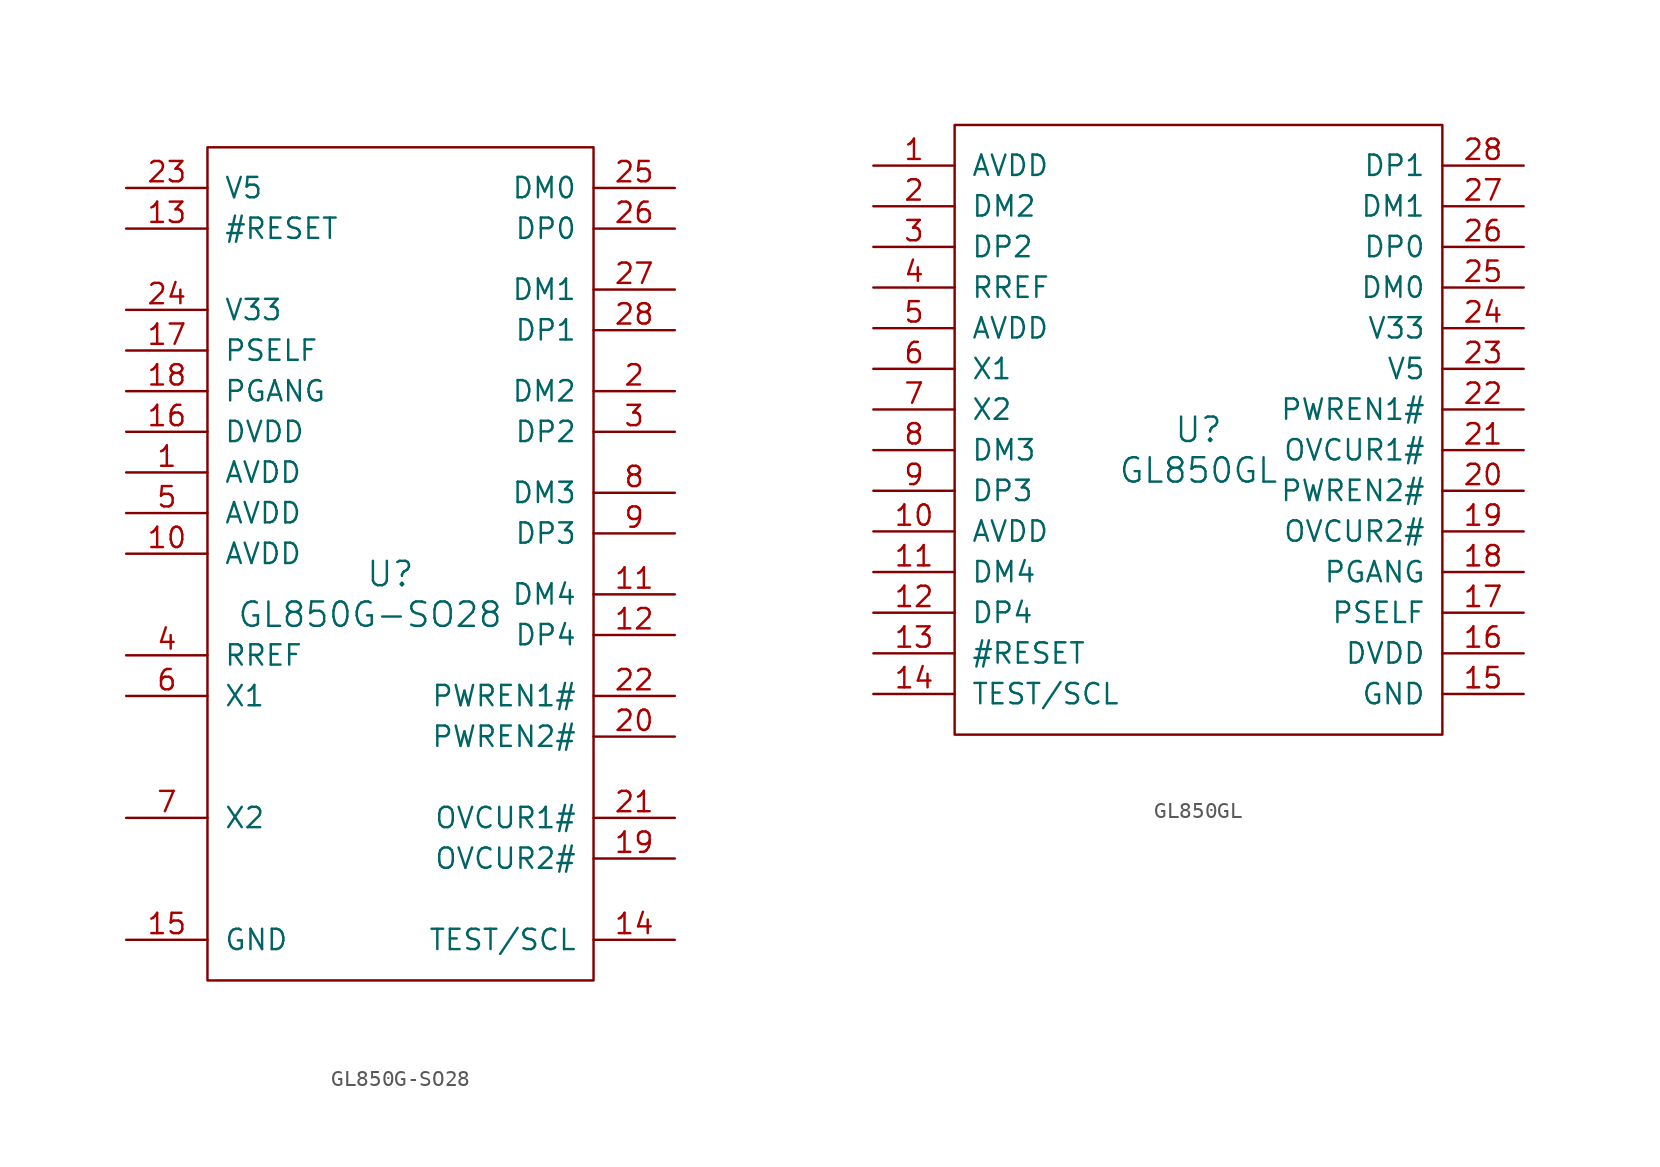
<source format=kicad_sym>
(kicad_symbol_lib
  (version 20220914)
  (generator kicad_symbol_editor)
  (symbol "GL850G-SO28"
    (pin_names
      (offset 1.016))
    (property "Reference" "U"
      (at -1.27 -1.27 0)
      (effects (font (size 1.524 1.524))))
    (property "Value" "GL850G-SO28"
      (at -2.54 -3.81 0)
      (effects (font (size 1.524 1.524))))
    (property "Footprint" ""
      (at -1.27 -1.27 0)
      (effects (font (size 1.524 1.524))))
    (property "Datasheet" ""
      (at -1.27 -1.27 0)
      (effects (font (size 1.524 1.524))))
    (symbol "GL850G-SO28_0_1"
      (rectangle (start -12.7 25.4) (end 11.43 -26.67) (stroke (width 0) (type solid)) (fill (type none))))
    (symbol "GL850G-SO28_1_1"
      (pin power_in line (at -17.78 5.08 0) (length 5.08) (name "AVDD" (effects (font (size 1.27 1.27)))) (number "1" (effects (font (size 1.27 1.27)))))
      (pin power_in line (at -17.78 0 0) (length 5.08) (name "AVDD" (effects (font (size 1.27 1.27)))) (number "10" (effects (font (size 1.27 1.27)))))
      (pin bidirectional line (at 16.51 -2.54 180) (length 5.08) (name "DM4" (effects (font (size 1.27 1.27)))) (number "11" (effects (font (size 1.27 1.27)))))
      (pin bidirectional line (at 16.51 -5.08 180) (length 5.08) (name "DP4" (effects (font (size 1.27 1.27)))) (number "12" (effects (font (size 1.27 1.27)))))
      (pin bidirectional line (at -17.78 20.32 0) (length 5.08) (name "#RESET" (effects (font (size 1.27 1.27)))) (number "13" (effects (font (size 1.27 1.27)))))
      (pin input line (at 16.51 -24.13 180) (length 5.08) (name "TEST/SCL" (effects (font (size 1.27 1.27)))) (number "14" (effects (font (size 1.27 1.27)))))
      (pin power_in line (at -17.78 -24.13 0) (length 5.08) (name "GND" (effects (font (size 1.27 1.27)))) (number "15" (effects (font (size 1.27 1.27)))))
      (pin power_in line (at -17.78 7.62 0) (length 5.08) (name "DVDD" (effects (font (size 1.27 1.27)))) (number "16" (effects (font (size 1.27 1.27)))))
      (pin bidirectional line (at -17.78 12.7 0) (length 5.08) (name "PSELF" (effects (font (size 1.27 1.27)))) (number "17" (effects (font (size 1.27 1.27)))))
      (pin bidirectional line (at -17.78 10.16 0) (length 5.08) (name "PGANG" (effects (font (size 1.27 1.27)))) (number "18" (effects (font (size 1.27 1.27)))))
      (pin bidirectional line (at 16.51 -19.05 180) (length 5.08) (name "OVCUR2#" (effects (font (size 1.27 1.27)))) (number "19" (effects (font (size 1.27 1.27)))))
      (pin bidirectional line (at 16.51 10.16 180) (length 5.08) (name "DM2" (effects (font (size 1.27 1.27)))) (number "2" (effects (font (size 1.27 1.27)))))
      (pin bidirectional line (at 16.51 -11.43 180) (length 5.08) (name "PWREN2#" (effects (font (size 1.27 1.27)))) (number "20" (effects (font (size 1.27 1.27)))))
      (pin bidirectional line (at 16.51 -16.51 180) (length 5.08) (name "OVCUR1#" (effects (font (size 1.27 1.27)))) (number "21" (effects (font (size 1.27 1.27)))))
      (pin bidirectional line (at 16.51 -8.89 180) (length 5.08) (name "PWREN1#" (effects (font (size 1.27 1.27)))) (number "22" (effects (font (size 1.27 1.27)))))
      (pin power_in line (at -17.78 22.86 0) (length 5.08) (name "V5" (effects (font (size 1.27 1.27)))) (number "23" (effects (font (size 1.27 1.27)))))
      (pin power_out line (at -17.78 15.24 0) (length 5.08) (name "V33" (effects (font (size 1.27 1.27)))) (number "24" (effects (font (size 1.27 1.27)))))
      (pin bidirectional line (at 16.51 22.86 180) (length 5.08) (name "DM0" (effects (font (size 1.27 1.27)))) (number "25" (effects (font (size 1.27 1.27)))))
      (pin bidirectional line (at 16.51 20.32 180) (length 5.08) (name "DP0" (effects (font (size 1.27 1.27)))) (number "26" (effects (font (size 1.27 1.27)))))
      (pin bidirectional line (at 16.51 16.51 180) (length 5.08) (name "DM1" (effects (font (size 1.27 1.27)))) (number "27" (effects (font (size 1.27 1.27)))))
      (pin bidirectional line (at 16.51 13.97 180) (length 5.08) (name "DP1" (effects (font (size 1.27 1.27)))) (number "28" (effects (font (size 1.27 1.27)))))
      (pin bidirectional line (at 16.51 7.62 180) (length 5.08) (name "DP2" (effects (font (size 1.27 1.27)))) (number "3" (effects (font (size 1.27 1.27)))))
      (pin bidirectional line (at -17.78 -6.35 0) (length 5.08) (name "RREF" (effects (font (size 1.27 1.27)))) (number "4" (effects (font (size 1.27 1.27)))))
      (pin power_in line (at -17.78 2.54 0) (length 5.08) (name "AVDD" (effects (font (size 1.27 1.27)))) (number "5" (effects (font (size 1.27 1.27)))))
      (pin bidirectional line (at -17.78 -8.89 0) (length 5.08) (name "X1" (effects (font (size 1.27 1.27)))) (number "6" (effects (font (size 1.27 1.27)))))
      (pin bidirectional line (at -17.78 -16.51 0) (length 5.08) (name "X2" (effects (font (size 1.27 1.27)))) (number "7" (effects (font (size 1.27 1.27)))))
      (pin bidirectional line (at 16.51 3.81 180) (length 5.08) (name "DM3" (effects (font (size 1.27 1.27)))) (number "8" (effects (font (size 1.27 1.27)))))
      (pin bidirectional line (at 16.51 1.27 180) (length 5.08) (name "DP3" (effects (font (size 1.27 1.27)))) (number "9" (effects (font (size 1.27 1.27)))))))
  (symbol "GL850GL"
    (pin_names
      (offset 1.016))
    (property "Reference" "U"
      (at 0 0 0)
      (effects (font (size 1.524 1.524))))
    (property "Value" "GL850GL"
      (at 0 -2.54 0)
      (effects (font (size 1.524 1.524))))
    (property "Footprint" ""
      (at 0 0 0)
      (effects (font (size 1.524 1.524))))
    (property "Datasheet" ""
      (at 0 0 0)
      (effects (font (size 1.524 1.524))))
    (symbol "GL850GL_0_1"
      (rectangle (start -15.24 19.05) (end 15.24 -19.05) (stroke (width 0) (type solid)) (fill (type none))))
    (symbol "GL850GL_1_1"
      (pin power_in line (at -20.32 16.51 0) (length 5.08) (name "AVDD" (effects (font (size 1.27 1.27)))) (number "1" (effects (font (size 1.27 1.27)))))
      (pin power_in line (at -20.32 -6.35 0) (length 5.08) (name "AVDD" (effects (font (size 1.27 1.27)))) (number "10" (effects (font (size 1.27 1.27)))))
      (pin bidirectional line (at -20.32 -8.89 0) (length 5.08) (name "DM4" (effects (font (size 1.27 1.27)))) (number "11" (effects (font (size 1.27 1.27)))))
      (pin bidirectional line (at -20.32 -11.43 0) (length 5.08) (name "DP4" (effects (font (size 1.27 1.27)))) (number "12" (effects (font (size 1.27 1.27)))))
      (pin bidirectional line (at -20.32 -13.97 0) (length 5.08) (name "#RESET" (effects (font (size 1.27 1.27)))) (number "13" (effects (font (size 1.27 1.27)))))
      (pin bidirectional line (at -20.32 -16.51 0) (length 5.08) (name "TEST/SCL" (effects (font (size 1.27 1.27)))) (number "14" (effects (font (size 1.27 1.27)))))
      (pin power_in line (at 20.32 -16.51 180) (length 5.08) (name "GND" (effects (font (size 1.27 1.27)))) (number "15" (effects (font (size 1.27 1.27)))))
      (pin power_in line (at 20.32 -13.97 180) (length 5.08) (name "DVDD" (effects (font (size 1.27 1.27)))) (number "16" (effects (font (size 1.27 1.27)))))
      (pin bidirectional line (at 20.32 -11.43 180) (length 5.08) (name "PSELF" (effects (font (size 1.27 1.27)))) (number "17" (effects (font (size 1.27 1.27)))))
      (pin bidirectional line (at 20.32 -8.89 180) (length 5.08) (name "PGANG" (effects (font (size 1.27 1.27)))) (number "18" (effects (font (size 1.27 1.27)))))
      (pin bidirectional line (at 20.32 -6.35 180) (length 5.08) (name "OVCUR2#" (effects (font (size 1.27 1.27)))) (number "19" (effects (font (size 1.27 1.27)))))
      (pin bidirectional line (at -20.32 13.97 0) (length 5.08) (name "DM2" (effects (font (size 1.27 1.27)))) (number "2" (effects (font (size 1.27 1.27)))))
      (pin bidirectional line (at 20.32 -3.81 180) (length 5.08) (name "PWREN2#" (effects (font (size 1.27 1.27)))) (number "20" (effects (font (size 1.27 1.27)))))
      (pin bidirectional line (at 20.32 -1.27 180) (length 5.08) (name "OVCUR1#" (effects (font (size 1.27 1.27)))) (number "21" (effects (font (size 1.27 1.27)))))
      (pin bidirectional line (at 20.32 1.27 180) (length 5.08) (name "PWREN1#" (effects (font (size 1.27 1.27)))) (number "22" (effects (font (size 1.27 1.27)))))
      (pin power_in line (at 20.32 3.81 180) (length 5.08) (name "V5" (effects (font (size 1.27 1.27)))) (number "23" (effects (font (size 1.27 1.27)))))
      (pin power_out line (at 20.32 6.35 180) (length 5.08) (name "V33" (effects (font (size 1.27 1.27)))) (number "24" (effects (font (size 1.27 1.27)))))
      (pin bidirectional line (at 20.32 8.89 180) (length 5.08) (name "DM0" (effects (font (size 1.27 1.27)))) (number "25" (effects (font (size 1.27 1.27)))))
      (pin bidirectional line (at 20.32 11.43 180) (length 5.08) (name "DP0" (effects (font (size 1.27 1.27)))) (number "26" (effects (font (size 1.27 1.27)))))
      (pin bidirectional line (at 20.32 13.97 180) (length 5.08) (name "DM1" (effects (font (size 1.27 1.27)))) (number "27" (effects (font (size 1.27 1.27)))))
      (pin bidirectional line (at 20.32 16.51 180) (length 5.08) (name "DP1" (effects (font (size 1.27 1.27)))) (number "28" (effects (font (size 1.27 1.27)))))
      (pin bidirectional line (at -20.32 11.43 0) (length 5.08) (name "DP2" (effects (font (size 1.27 1.27)))) (number "3" (effects (font (size 1.27 1.27)))))
      (pin bidirectional line (at -20.32 8.89 0) (length 5.08) (name "RREF" (effects (font (size 1.27 1.27)))) (number "4" (effects (font (size 1.27 1.27)))))
      (pin power_in line (at -20.32 6.35 0) (length 5.08) (name "AVDD" (effects (font (size 1.27 1.27)))) (number "5" (effects (font (size 1.27 1.27)))))
      (pin bidirectional line (at -20.32 3.81 0) (length 5.08) (name "X1" (effects (font (size 1.27 1.27)))) (number "6" (effects (font (size 1.27 1.27)))))
      (pin bidirectional line (at -20.32 1.27 0) (length 5.08) (name "X2" (effects (font (size 1.27 1.27)))) (number "7" (effects (font (size 1.27 1.27)))))
      (pin bidirectional line (at -20.32 -1.27 0) (length 5.08) (name "DM3" (effects (font (size 1.27 1.27)))) (number "8" (effects (font (size 1.27 1.27)))))
      (pin bidirectional line (at -20.32 -3.81 0) (length 5.08) (name "DP3" (effects (font (size 1.27 1.27)))) (number "9" (effects (font (size 1.27 1.27))))))))
</source>
